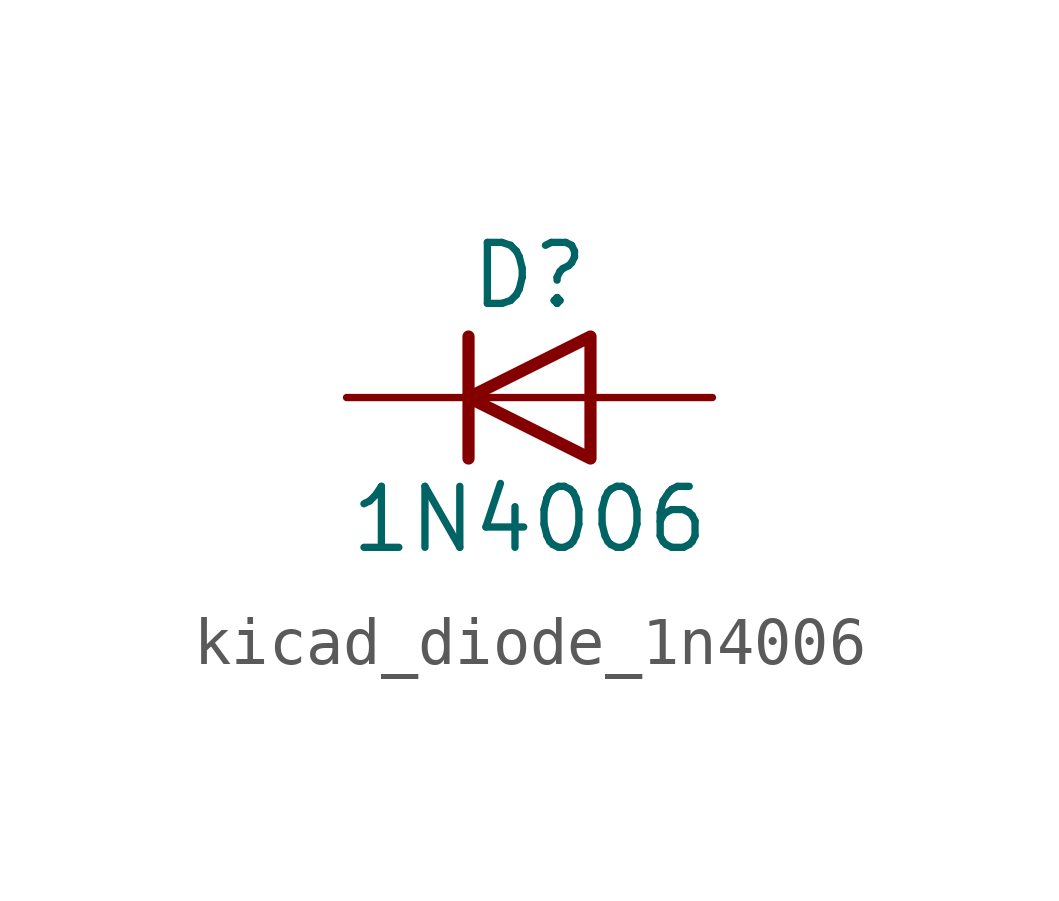
<source format=kicad_sym>
(kicad_symbol_lib
  (version 20220914)
  (generator kicad_symbol_editor)
  (symbol "kicad_diode_1n4006"
    (pin_numbers hide)
    (pin_names hide)
    (property "Reference" "D"
      (at 0 2.54 0)
      (effects (font (size 1.27 1.27))))
    (property "Value" "1N4006"
      (at 0 -2.54 0)
      (effects (font (size 1.27 1.27))))
    (symbol "kicad_diode_1n4006_0_1"
      (polyline (pts (xy -1.27 1.27) (xy -1.27 -1.27)) (stroke (width 0.254) (type default)) (fill (type none)))
      (polyline (pts (xy 1.27 0) (xy -1.27 0)) (stroke (width 0) (type default)) (fill (type none)))
      (polyline (pts (xy 1.27 1.27) (xy 1.27 -1.27) (xy -1.27 0) (xy 1.27 1.27)) (stroke (width 0.254) (type default)) (fill (type none))))
    (symbol "kicad_diode_1n4006_1_1"
      (pin passive line (at -3.81 0 0) (length 2.54) (name "K" (effects (font (size 1.27 1.27)))) (number "1" (effects (font (size 1.27 1.27)))))
      (pin passive line (at 3.81 0 180) (length 2.54) (name "A" (effects (font (size 1.27 1.27)))) (number "2" (effects (font (size 1.27 1.27))))))))
</source>
